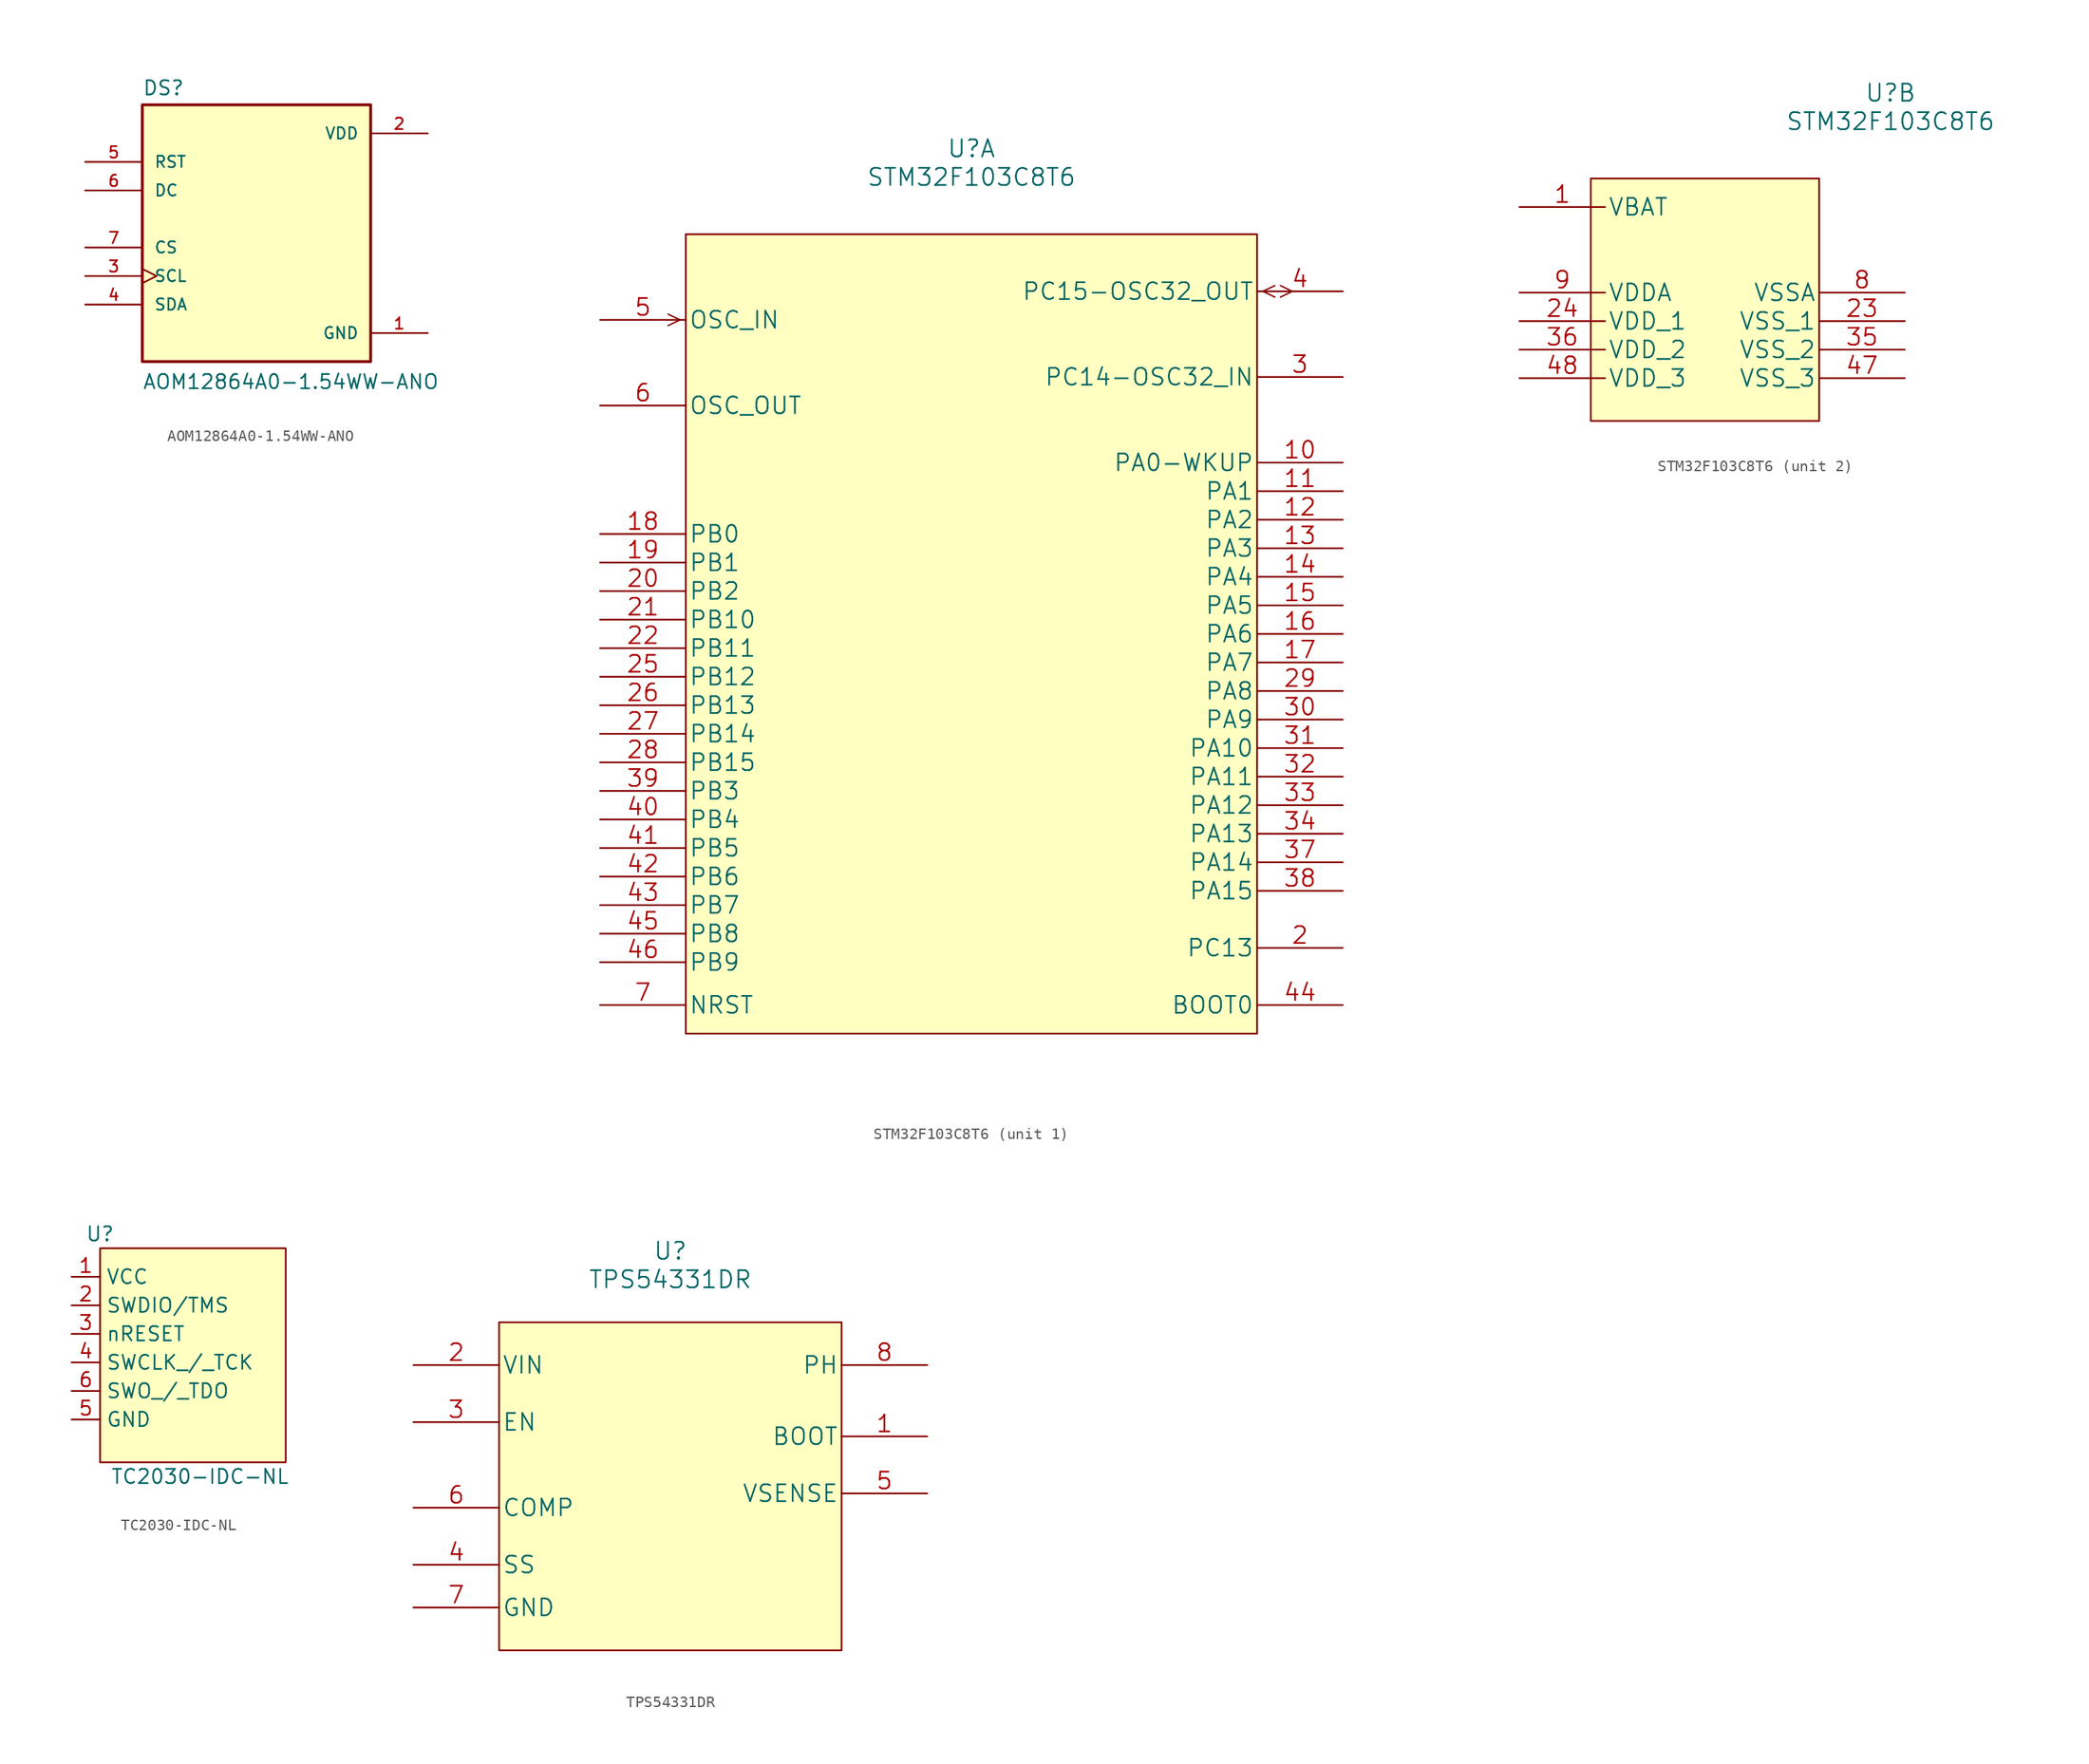
<source format=kicad_sym>
(kicad_symbol_lib
  (version 20211014)
  (generator kicad_symbol_editor)
  (symbol "AOM12864A0-1.54WW-ANO"
    (pin_names
      (offset 1.016))
    (property "Reference" "DS"
      (at -10.16 10.922 0)
      (effects (font (size 1.27 1.27)) (justify left bottom)))
    (property "Value" "AOM12864A0-1.54WW-ANO"
      (at -10.16 -15.24 0)
      (effects (font (size 1.27 1.27)) (justify left bottom)))
    (symbol "AOM12864A0-1.54WW-ANO_0_0"
      (rectangle (start -10.16 -12.7) (end 10.16 10.16) (stroke (width 0.254) (type default) (color 0 0 0 0)) (fill (type background)))
      (pin power_in line (at 15.24 -10.16 180) (length 5.08) (name "GND" (effects (font (size 1.016 1.016)))) (number "1" (effects (font (size 1.016 1.016)))))
      (pin power_in line (at 15.24 7.62 180) (length 5.08) (name "VDD" (effects (font (size 1.016 1.016)))) (number "2" (effects (font (size 1.016 1.016)))))
      (pin input clock (at -15.24 -5.08 0) (length 5.08) (name "SCL" (effects (font (size 1.016 1.016)))) (number "3" (effects (font (size 1.016 1.016)))))
      (pin bidirectional line (at -15.24 -7.62 0) (length 5.08) (name "SDA" (effects (font (size 1.016 1.016)))) (number "4" (effects (font (size 1.016 1.016)))))
      (pin input line (at -15.24 5.08 0) (length 5.08) (name "RST" (effects (font (size 1.016 1.016)))) (number "5" (effects (font (size 1.016 1.016)))))
      (pin input line (at -15.24 2.54 0) (length 5.08) (name "DC" (effects (font (size 1.016 1.016)))) (number "6" (effects (font (size 1.016 1.016)))))
      (pin input line (at -15.24 -2.54 0) (length 5.08) (name "CS" (effects (font (size 1.016 1.016)))) (number "7" (effects (font (size 1.016 1.016)))))))
  (symbol "STM32F103C8T6"
    (pin_names
      (offset 0.254))
    (property "Reference" "U"
      (at 33.02 10.16 0)
      (effects (font (size 1.524 1.524))))
    (property "Value" "STM32F103C8T6"
      (at 33.02 7.62 0)
      (effects (font (size 1.524 1.524))))
    (property "Datasheet" ""
      (at 0 0 0)
      (effects (font (size 1.524 1.524))))
    (symbol "STM32F103C8T6_1_1"
      (polyline (pts (xy 7.112 -5.08) (xy 6.045 -5.588)) (stroke (width 0.127) (type default) (color 0 0 0 0)) (fill (type none)))
      (polyline (pts (xy 7.112 -5.08) (xy 6.045 -4.572)) (stroke (width 0.127) (type default) (color 0 0 0 0)) (fill (type none)))
      (polyline (pts (xy 58.928 -2.54) (xy 59.995 -3.048)) (stroke (width 0.127) (type default) (color 0 0 0 0)) (fill (type none)))
      (polyline (pts (xy 58.928 -2.54) (xy 59.995 -2.032)) (stroke (width 0.127) (type default) (color 0 0 0 0)) (fill (type none)))
      (polyline (pts (xy 60.503 -3.048) (xy 61.544 -2.54)) (stroke (width 0.127) (type default) (color 0 0 0 0)) (fill (type none)))
      (polyline (pts (xy 60.503 -2.032) (xy 61.544 -2.54)) (stroke (width 0.127) (type default) (color 0 0 0 0)) (fill (type none)))
      (rectangle (start 7.62 2.54) (end 58.42 -68.58) (stroke (width 0) (type default) (color 0 0 0 0)) (fill (type background)))
      (pin bidirectional line (at 66.04 -17.78 180) (length 7.62) (name "PA0-WKUP" (effects (font (size 1.499 1.499)))) (number "10" (effects (font (size 1.499 1.499)))))
      (pin bidirectional line (at 66.04 -20.32 180) (length 7.62) (name "PA1" (effects (font (size 1.499 1.499)))) (number "11" (effects (font (size 1.499 1.499)))))
      (pin bidirectional line (at 66.04 -22.86 180) (length 7.62) (name "PA2" (effects (font (size 1.499 1.499)))) (number "12" (effects (font (size 1.499 1.499)))))
      (pin bidirectional line (at 66.04 -25.4 180) (length 7.62) (name "PA3" (effects (font (size 1.499 1.499)))) (number "13" (effects (font (size 1.499 1.499)))))
      (pin bidirectional line (at 66.04 -27.94 180) (length 7.62) (name "PA4" (effects (font (size 1.499 1.499)))) (number "14" (effects (font (size 1.499 1.499)))))
      (pin bidirectional line (at 66.04 -30.48 180) (length 7.62) (name "PA5" (effects (font (size 1.499 1.499)))) (number "15" (effects (font (size 1.499 1.499)))))
      (pin bidirectional line (at 66.04 -33.02 180) (length 7.62) (name "PA6" (effects (font (size 1.499 1.499)))) (number "16" (effects (font (size 1.499 1.499)))))
      (pin bidirectional line (at 66.04 -35.56 180) (length 7.62) (name "PA7" (effects (font (size 1.499 1.499)))) (number "17" (effects (font (size 1.499 1.499)))))
      (pin bidirectional line (at 0 -24.13 0) (length 7.62) (name "PB0" (effects (font (size 1.499 1.499)))) (number "18" (effects (font (size 1.499 1.499)))))
      (pin bidirectional line (at 0 -26.67 0) (length 7.62) (name "PB1" (effects (font (size 1.499 1.499)))) (number "19" (effects (font (size 1.499 1.499)))))
      (pin bidirectional line (at 66.04 -60.96 180) (length 7.62) (name "PC13" (effects (font (size 1.499 1.499)))) (number "2" (effects (font (size 1.499 1.499)))))
      (pin bidirectional line (at 0 -29.21 0) (length 7.62) (name "PB2" (effects (font (size 1.499 1.499)))) (number "20" (effects (font (size 1.499 1.499)))))
      (pin bidirectional line (at 0 -31.75 0) (length 7.62) (name "PB10" (effects (font (size 1.499 1.499)))) (number "21" (effects (font (size 1.499 1.499)))))
      (pin bidirectional line (at 0 -34.29 0) (length 7.62) (name "PB11" (effects (font (size 1.499 1.499)))) (number "22" (effects (font (size 1.499 1.499)))))
      (pin bidirectional line (at 0 -36.83 0) (length 7.62) (name "PB12" (effects (font (size 1.499 1.499)))) (number "25" (effects (font (size 1.499 1.499)))))
      (pin bidirectional line (at 0 -39.37 0) (length 7.62) (name "PB13" (effects (font (size 1.499 1.499)))) (number "26" (effects (font (size 1.499 1.499)))))
      (pin bidirectional line (at 0 -41.91 0) (length 7.62) (name "PB14" (effects (font (size 1.499 1.499)))) (number "27" (effects (font (size 1.499 1.499)))))
      (pin bidirectional line (at 0 -44.45 0) (length 7.62) (name "PB15" (effects (font (size 1.499 1.499)))) (number "28" (effects (font (size 1.499 1.499)))))
      (pin bidirectional line (at 66.04 -38.1 180) (length 7.62) (name "PA8" (effects (font (size 1.499 1.499)))) (number "29" (effects (font (size 1.499 1.499)))))
      (pin bidirectional line (at 66.04 -10.16 180) (length 7.62) (name "PC14-OSC32_IN" (effects (font (size 1.499 1.499)))) (number "3" (effects (font (size 1.499 1.499)))))
      (pin bidirectional line (at 66.04 -40.64 180) (length 7.62) (name "PA9" (effects (font (size 1.499 1.499)))) (number "30" (effects (font (size 1.499 1.499)))))
      (pin bidirectional line (at 66.04 -43.18 180) (length 7.62) (name "PA10" (effects (font (size 1.499 1.499)))) (number "31" (effects (font (size 1.499 1.499)))))
      (pin bidirectional line (at 66.04 -45.72 180) (length 7.62) (name "PA11" (effects (font (size 1.499 1.499)))) (number "32" (effects (font (size 1.499 1.499)))))
      (pin bidirectional line (at 66.04 -48.26 180) (length 7.62) (name "PA12" (effects (font (size 1.499 1.499)))) (number "33" (effects (font (size 1.499 1.499)))))
      (pin bidirectional line (at 66.04 -50.8 180) (length 7.62) (name "PA13" (effects (font (size 1.499 1.499)))) (number "34" (effects (font (size 1.499 1.499)))))
      (pin bidirectional line (at 66.04 -53.34 180) (length 7.62) (name "PA14" (effects (font (size 1.499 1.499)))) (number "37" (effects (font (size 1.499 1.499)))))
      (pin bidirectional line (at 66.04 -55.88 180) (length 7.62) (name "PA15" (effects (font (size 1.499 1.499)))) (number "38" (effects (font (size 1.499 1.499)))))
      (pin bidirectional line (at 0 -46.99 0) (length 7.62) (name "PB3" (effects (font (size 1.499 1.499)))) (number "39" (effects (font (size 1.499 1.499)))))
      (pin bidirectional line (at 66.04 -2.54 180) (length 7.62) (name "PC15-OSC32_OUT" (effects (font (size 1.499 1.499)))) (number "4" (effects (font (size 1.499 1.499)))))
      (pin bidirectional line (at 0 -49.53 0) (length 7.62) (name "PB4" (effects (font (size 1.499 1.499)))) (number "40" (effects (font (size 1.499 1.499)))))
      (pin bidirectional line (at 0 -52.07 0) (length 7.62) (name "PB5" (effects (font (size 1.499 1.499)))) (number "41" (effects (font (size 1.499 1.499)))))
      (pin bidirectional line (at 0 -54.61 0) (length 7.62) (name "PB6" (effects (font (size 1.499 1.499)))) (number "42" (effects (font (size 1.499 1.499)))))
      (pin bidirectional line (at 0 -57.15 0) (length 7.62) (name "PB7" (effects (font (size 1.499 1.499)))) (number "43" (effects (font (size 1.499 1.499)))))
      (pin input line (at 66.04 -66.04 180) (length 7.62) (name "BOOT0" (effects (font (size 1.499 1.499)))) (number "44" (effects (font (size 1.499 1.499)))))
      (pin bidirectional line (at 0 -59.69 0) (length 7.62) (name "PB8" (effects (font (size 1.499 1.499)))) (number "45" (effects (font (size 1.499 1.499)))))
      (pin bidirectional line (at 0 -62.23 0) (length 7.62) (name "PB9" (effects (font (size 1.499 1.499)))) (number "46" (effects (font (size 1.499 1.499)))))
      (pin input line (at 0 -5.08 0) (length 7.62) (name "OSC_IN" (effects (font (size 1.499 1.499)))) (number "5" (effects (font (size 1.499 1.499)))))
      (pin output line (at 0 -12.7 0) (length 7.62) (name "OSC_OUT" (effects (font (size 1.499 1.499)))) (number "6" (effects (font (size 1.499 1.499)))))
      (pin bidirectional line (at 0 -66.04 0) (length 7.62) (name "NRST" (effects (font (size 1.499 1.499)))) (number "7" (effects (font (size 1.499 1.499))))))
    (symbol "STM32F103C8T6_2_1"
      (rectangle (start 6.35 2.54) (end 26.67 -19.05) (stroke (width 0) (type default) (color 0 0 0 0)) (fill (type background)))
      (pin power_in line (at 0 0 0) (length 7.62) (name "VBAT" (effects (font (size 1.499 1.499)))) (number "1" (effects (font (size 1.499 1.499)))))
      (pin power_in line (at 34.29 -10.16 180) (length 7.62) (name "VSS_1" (effects (font (size 1.499 1.499)))) (number "23" (effects (font (size 1.499 1.499)))))
      (pin power_in line (at 0 -10.16 0) (length 7.62) (name "VDD_1" (effects (font (size 1.499 1.499)))) (number "24" (effects (font (size 1.499 1.499)))))
      (pin power_in line (at 34.29 -12.7 180) (length 7.62) (name "VSS_2" (effects (font (size 1.499 1.499)))) (number "35" (effects (font (size 1.499 1.499)))))
      (pin power_in line (at 0 -12.7 0) (length 7.62) (name "VDD_2" (effects (font (size 1.499 1.499)))) (number "36" (effects (font (size 1.499 1.499)))))
      (pin power_in line (at 34.29 -15.24 180) (length 7.62) (name "VSS_3" (effects (font (size 1.499 1.499)))) (number "47" (effects (font (size 1.499 1.499)))))
      (pin power_in line (at 0 -15.24 0) (length 7.62) (name "VDD_3" (effects (font (size 1.499 1.499)))) (number "48" (effects (font (size 1.499 1.499)))))
      (pin power_in line (at 34.29 -7.62 180) (length 7.62) (name "VSSA" (effects (font (size 1.499 1.499)))) (number "8" (effects (font (size 1.499 1.499)))))
      (pin power_in line (at 0 -7.62 0) (length 7.62) (name "VDDA" (effects (font (size 1.499 1.499)))) (number "9" (effects (font (size 1.499 1.499)))))))
  (symbol "TC2030-IDC-NL"
    (property "Reference" "U"
      (at 2.54 0 0)
      (effects (font (size 1.27 1.27))))
    (property "Value" "TC2030-IDC-NL"
      (at 11.43 -21.59 0)
      (effects (font (size 1.27 1.27))))
    (symbol "TC2030-IDC-NL_0_0"
      (pin power_in line (at 0 -3.81 0) (length 2.54) (name "VCC" (effects (font (size 1.27 1.27)))) (number "1" (effects (font (size 1.27 1.27)))))
      (pin bidirectional line (at 0 -6.35 0) (length 2.54) (name "SWDIO/TMS" (effects (font (size 1.27 1.27)))) (number "2" (effects (font (size 1.27 1.27)))))
      (pin output line (at 0 -8.89 0) (length 2.54) (name "nRESET" (effects (font (size 1.27 1.27)))) (number "3" (effects (font (size 1.27 1.27)))))
      (pin output line (at 0 -11.43 0) (length 2.54) (name "SWCLK_/_TCK" (effects (font (size 1.27 1.27)))) (number "4" (effects (font (size 1.27 1.27)))))
      (pin power_in line (at 0 -16.51 0) (length 2.54) (name "GND" (effects (font (size 1.27 1.27)))) (number "5" (effects (font (size 1.27 1.27)))))
      (pin input line (at 0 -13.97 0) (length 2.54) (name "SWO_/_TDO" (effects (font (size 1.27 1.27)))) (number "6" (effects (font (size 1.27 1.27))))))
    (symbol "TC2030-IDC-NL_0_1"
      (rectangle (start 2.54 -1.27) (end 19.05 -20.32) (stroke (width 0) (type default) (color 0 0 0 0)) (fill (type background)))))
  (symbol "TPS54331DR"
    (pin_names
      (offset 0.254))
    (property "Reference" "U"
      (at 22.86 10.16 0)
      (effects (font (size 1.524 1.524))))
    (property "Value" "TPS54331DR"
      (at 22.86 7.62 0)
      (effects (font (size 1.524 1.524))))
    (property "Datasheet" ""
      (at 0 0 0)
      (effects (font (size 1.524 1.524))))
    (symbol "TPS54331DR_1_1"
      (rectangle (start 7.62 3.81) (end 38.1 -25.4) (stroke (width 0) (type default) (color 0 0 0 0)) (fill (type background)))
      (pin input line (at 45.72 -6.35 180) (length 7.62) (name "BOOT" (effects (font (size 1.499 1.499)))) (number "1" (effects (font (size 1.499 1.499)))))
      (pin input line (at 0 0 0) (length 7.62) (name "VIN" (effects (font (size 1.499 1.499)))) (number "2" (effects (font (size 1.499 1.499)))))
      (pin unspecified line (at 0 -5.08 0) (length 7.62) (name "EN" (effects (font (size 1.499 1.499)))) (number "3" (effects (font (size 1.499 1.499)))))
      (pin unspecified line (at 0 -17.78 0) (length 7.62) (name "SS" (effects (font (size 1.499 1.499)))) (number "4" (effects (font (size 1.499 1.499)))))
      (pin input line (at 45.72 -11.43 180) (length 7.62) (name "VSENSE" (effects (font (size 1.499 1.499)))) (number "5" (effects (font (size 1.499 1.499)))))
      (pin output line (at 0 -12.7 0) (length 7.62) (name "COMP" (effects (font (size 1.499 1.499)))) (number "6" (effects (font (size 1.499 1.499)))))
      (pin power_in line (at 0 -21.59 0) (length 7.62) (name "GND" (effects (font (size 1.499 1.499)))) (number "7" (effects (font (size 1.499 1.499)))))
      (pin power_out line (at 45.72 0 180) (length 7.62) (name "PH" (effects (font (size 1.499 1.499)))) (number "8" (effects (font (size 1.499 1.499))))))))
</source>
